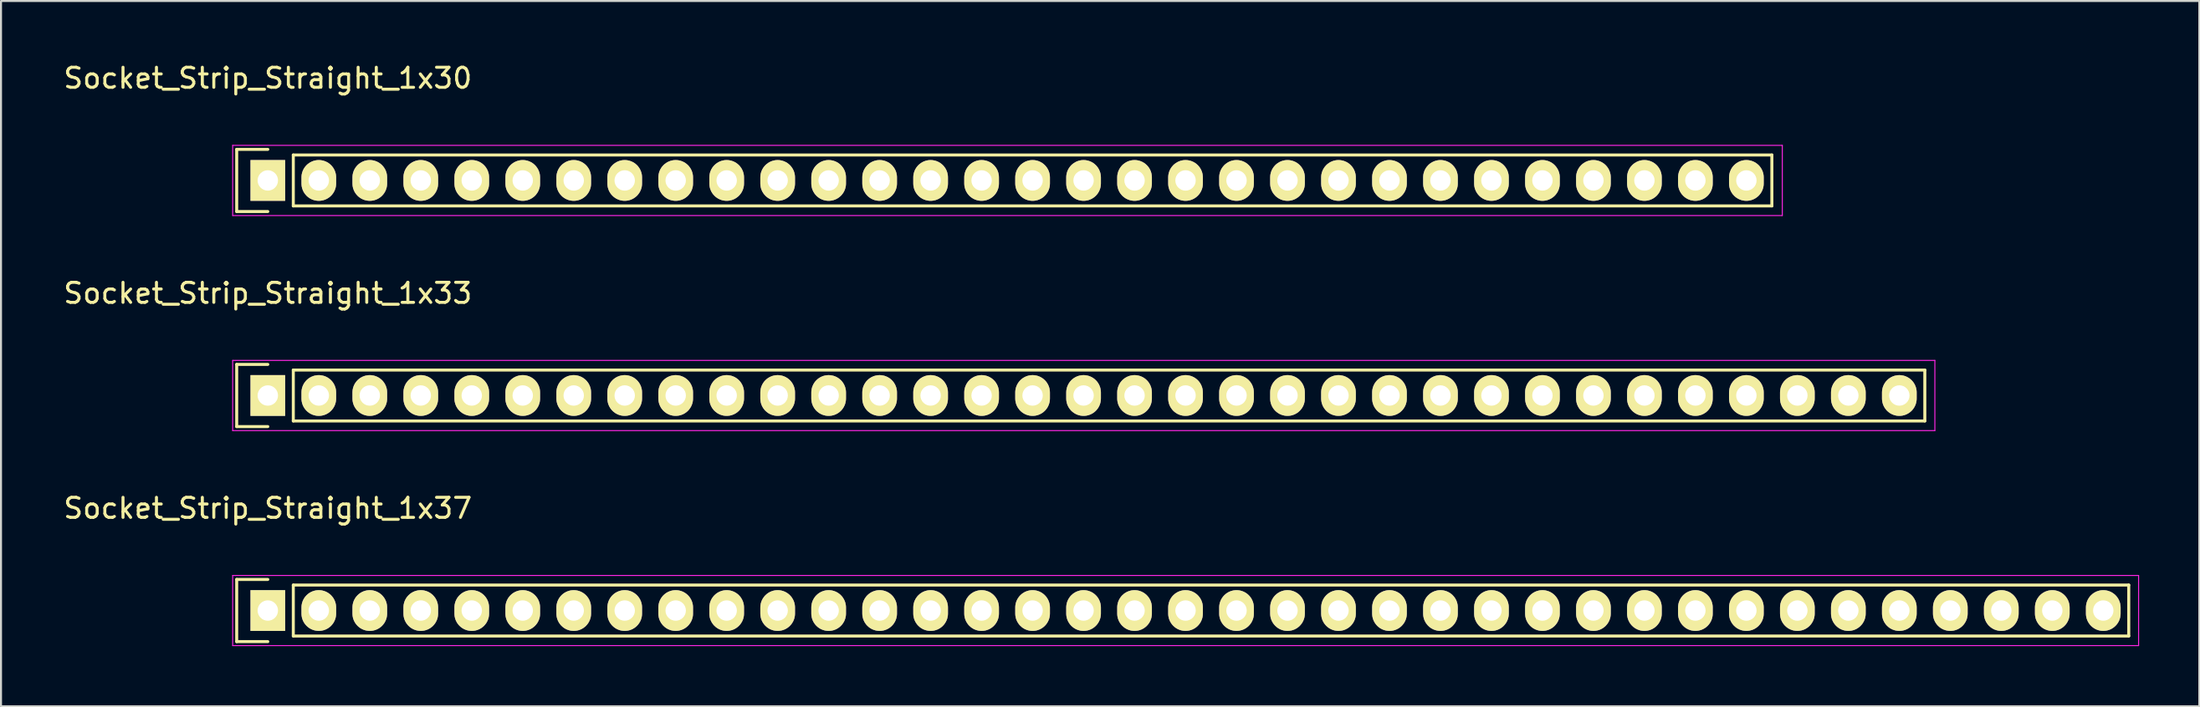
<source format=kicad_pcb>
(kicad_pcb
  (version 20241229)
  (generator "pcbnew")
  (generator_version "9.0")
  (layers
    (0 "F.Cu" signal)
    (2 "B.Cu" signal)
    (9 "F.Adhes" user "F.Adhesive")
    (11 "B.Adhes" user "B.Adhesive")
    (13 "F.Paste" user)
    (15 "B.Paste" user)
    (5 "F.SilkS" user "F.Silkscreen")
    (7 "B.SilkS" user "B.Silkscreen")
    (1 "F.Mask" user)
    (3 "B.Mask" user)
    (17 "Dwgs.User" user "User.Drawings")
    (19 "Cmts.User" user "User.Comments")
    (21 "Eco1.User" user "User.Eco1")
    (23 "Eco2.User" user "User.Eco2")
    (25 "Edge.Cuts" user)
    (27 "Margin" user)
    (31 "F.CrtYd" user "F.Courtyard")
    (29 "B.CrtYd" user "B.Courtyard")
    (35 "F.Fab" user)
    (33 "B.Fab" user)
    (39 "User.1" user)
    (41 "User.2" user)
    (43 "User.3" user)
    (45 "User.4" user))
  (footprint "Socket_Strip_Straight_1x37"
    (layer "F.Cu")
    (at 10.292 27.395)
    (property "Reference" "Socket_Strip_Straight_1x37" (at 0 -5.1 0) (layer "F.SilkS") (effects (font (size 1 1) (thickness 0.15))))
    (attr through_hole)
    (fp_line (start -1.55 -1.55) (end -1.55 1.55) (stroke (width 0.15) (type solid)) (layer "F.SilkS"))
    (fp_line (start -1.55 1.55) (end 0 1.55) (stroke (width 0.15) (type solid)) (layer "F.SilkS"))
    (fp_line (start 0 -1.55) (end -1.55 -1.55) (stroke (width 0.15) (type solid)) (layer "F.SilkS"))
    (fp_line (start 1.27 -1.27) (end 92.71 -1.27) (stroke (width 0.15) (type solid)) (layer "F.SilkS"))
    (fp_line (start 1.27 1.27) (end 1.27 -1.27) (stroke (width 0.15) (type solid)) (layer "F.SilkS"))
    (fp_line (start 92.71 -1.27) (end 92.71 1.27) (stroke (width 0.15) (type solid)) (layer "F.SilkS"))
    (fp_line (start 92.71 1.27) (end 1.27 1.27) (stroke (width 0.15) (type solid)) (layer "F.SilkS"))
    (fp_line (start -1.75 -1.75) (end -1.75 1.75) (stroke (width 0.05) (type solid)) (layer "F.CrtYd"))
    (fp_line (start -1.75 -1.75) (end 93.2 -1.75) (stroke (width 0.05) (type solid)) (layer "F.CrtYd"))
    (fp_line (start -1.75 1.75) (end 93.2 1.75) (stroke (width 0.05) (type solid)) (layer "F.CrtYd"))
    (fp_line (start 93.2 -1.75) (end 93.2 1.75) (stroke (width 0.05) (type solid)) (layer "F.CrtYd"))
    (pad "1" thru_hole rect (at 0 0) (size 1.727 2.032) (drill 1.016) (layers "*.Cu" "*.Mask" "F.SilkS"))
    (pad "2" thru_hole oval (at 2.54 0) (size 1.727 2.032) (drill 1.016) (layers "*.Cu" "*.Mask" "F.SilkS"))
    (pad "3" thru_hole oval (at 5.08 0) (size 1.727 2.032) (drill 1.016) (layers "*.Cu" "*.Mask" "F.SilkS"))
    (pad "4" thru_hole oval (at 7.62 0) (size 1.727 2.032) (drill 1.016) (layers "*.Cu" "*.Mask" "F.SilkS"))
    (pad "5" thru_hole oval (at 10.16 0) (size 1.727 2.032) (drill 1.016) (layers "*.Cu" "*.Mask" "F.SilkS"))
    (pad "6" thru_hole oval (at 12.7 0) (size 1.727 2.032) (drill 1.016) (layers "*.Cu" "*.Mask" "F.SilkS"))
    (pad "7" thru_hole oval (at 15.24 0) (size 1.727 2.032) (drill 1.016) (layers "*.Cu" "*.Mask" "F.SilkS"))
    (pad "8" thru_hole oval (at 17.78 0) (size 1.727 2.032) (drill 1.016) (layers "*.Cu" "*.Mask" "F.SilkS"))
    (pad "9" thru_hole oval (at 20.32 0) (size 1.727 2.032) (drill 1.016) (layers "*.Cu" "*.Mask" "F.SilkS"))
    (pad "10" thru_hole oval (at 22.86 0) (size 1.727 2.032) (drill 1.016) (layers "*.Cu" "*.Mask" "F.SilkS"))
    (pad "11" thru_hole oval (at 25.4 0) (size 1.727 2.032) (drill 1.016) (layers "*.Cu" "*.Mask" "F.SilkS"))
    (pad "12" thru_hole oval (at 27.94 0) (size 1.727 2.032) (drill 1.016) (layers "*.Cu" "*.Mask" "F.SilkS"))
    (pad "13" thru_hole oval (at 30.48 0) (size 1.727 2.032) (drill 1.016) (layers "*.Cu" "*.Mask" "F.SilkS"))
    (pad "14" thru_hole oval (at 33.02 0) (size 1.727 2.032) (drill 1.016) (layers "*.Cu" "*.Mask" "F.SilkS"))
    (pad "15" thru_hole oval (at 35.56 0) (size 1.727 2.032) (drill 1.016) (layers "*.Cu" "*.Mask" "F.SilkS"))
    (pad "16" thru_hole oval (at 38.1 0) (size 1.727 2.032) (drill 1.016) (layers "*.Cu" "*.Mask" "F.SilkS"))
    (pad "17" thru_hole oval (at 40.64 0) (size 1.727 2.032) (drill 1.016) (layers "*.Cu" "*.Mask" "F.SilkS"))
    (pad "18" thru_hole oval (at 43.18 0) (size 1.727 2.032) (drill 1.016) (layers "*.Cu" "*.Mask" "F.SilkS"))
    (pad "19" thru_hole oval (at 45.72 0) (size 1.727 2.032) (drill 1.016) (layers "*.Cu" "*.Mask" "F.SilkS"))
    (pad "20" thru_hole oval (at 48.26 0) (size 1.727 2.032) (drill 1.016) (layers "*.Cu" "*.Mask" "F.SilkS"))
    (pad "21" thru_hole oval (at 50.8 0) (size 1.727 2.032) (drill 1.016) (layers "*.Cu" "*.Mask" "F.SilkS"))
    (pad "22" thru_hole oval (at 53.34 0) (size 1.727 2.032) (drill 1.016) (layers "*.Cu" "*.Mask" "F.SilkS"))
    (pad "23" thru_hole oval (at 55.88 0) (size 1.727 2.032) (drill 1.016) (layers "*.Cu" "*.Mask" "F.SilkS"))
    (pad "24" thru_hole oval (at 58.42 0) (size 1.727 2.032) (drill 1.016) (layers "*.Cu" "*.Mask" "F.SilkS"))
    (pad "25" thru_hole oval (at 60.96 0) (size 1.727 2.032) (drill 1.016) (layers "*.Cu" "*.Mask" "F.SilkS"))
    (pad "26" thru_hole oval (at 63.5 0) (size 1.727 2.032) (drill 1.016) (layers "*.Cu" "*.Mask" "F.SilkS"))
    (pad "27" thru_hole oval (at 66.04 0) (size 1.727 2.032) (drill 1.016) (layers "*.Cu" "*.Mask" "F.SilkS"))
    (pad "28" thru_hole oval (at 68.58 0) (size 1.727 2.032) (drill 1.016) (layers "*.Cu" "*.Mask" "F.SilkS"))
    (pad "29" thru_hole oval (at 71.12 0) (size 1.727 2.032) (drill 1.016) (layers "*.Cu" "*.Mask" "F.SilkS"))
    (pad "30" thru_hole oval (at 73.66 0) (size 1.727 2.032) (drill 1.016) (layers "*.Cu" "*.Mask" "F.SilkS"))
    (pad "31" thru_hole oval (at 76.2 0) (size 1.727 2.032) (drill 1.016) (layers "*.Cu" "*.Mask" "F.SilkS"))
    (pad "32" thru_hole oval (at 78.74 0) (size 1.727 2.032) (drill 1.016) (layers "*.Cu" "*.Mask" "F.SilkS"))
    (pad "33" thru_hole oval (at 81.28 0) (size 1.727 2.032) (drill 1.016) (layers "*.Cu" "*.Mask" "F.SilkS"))
    (pad "34" thru_hole oval (at 83.82 0) (size 1.727 2.032) (drill 1.016) (layers "*.Cu" "*.Mask" "F.SilkS"))
    (pad "35" thru_hole oval (at 86.36 0) (size 1.727 2.032) (drill 1.016) (layers "*.Cu" "*.Mask" "F.SilkS"))
    (pad "36" thru_hole oval (at 88.9 0) (size 1.727 2.032) (drill 1.016) (layers "*.Cu" "*.Mask" "F.SilkS"))
    (pad "37" thru_hole oval (at 91.44 0) (size 1.727 2.032) (drill 1.016) (layers "*.Cu" "*.Mask" "F.SilkS")))
  (footprint "Socket_Strip_Straight_1x33"
    (layer "F.Cu")
    (at 10.292 16.672)
    (property "Reference" "Socket_Strip_Straight_1x33" (at 0 -5.1 0) (layer "F.SilkS") (effects (font (size 1 1) (thickness 0.15))))
    (attr through_hole)
    (fp_line (start -1.55 -1.55) (end -1.55 1.55) (stroke (width 0.15) (type solid)) (layer "F.SilkS"))
    (fp_line (start -1.55 1.55) (end 0 1.55) (stroke (width 0.15) (type solid)) (layer "F.SilkS"))
    (fp_line (start 0 -1.55) (end -1.55 -1.55) (stroke (width 0.15) (type solid)) (layer "F.SilkS"))
    (fp_line (start 1.27 -1.27) (end 82.55 -1.27) (stroke (width 0.15) (type solid)) (layer "F.SilkS"))
    (fp_line (start 1.27 1.27) (end 1.27 -1.27) (stroke (width 0.15) (type solid)) (layer "F.SilkS"))
    (fp_line (start 82.55 -1.27) (end 82.55 1.27) (stroke (width 0.15) (type solid)) (layer "F.SilkS"))
    (fp_line (start 82.55 1.27) (end 1.27 1.27) (stroke (width 0.15) (type solid)) (layer "F.SilkS"))
    (fp_line (start -1.75 -1.75) (end -1.75 1.75) (stroke (width 0.05) (type solid)) (layer "F.CrtYd"))
    (fp_line (start -1.75 -1.75) (end 83.05 -1.75) (stroke (width 0.05) (type solid)) (layer "F.CrtYd"))
    (fp_line (start -1.75 1.75) (end 83.05 1.75) (stroke (width 0.05) (type solid)) (layer "F.CrtYd"))
    (fp_line (start 83.05 -1.75) (end 83.05 1.75) (stroke (width 0.05) (type solid)) (layer "F.CrtYd"))
    (pad "1" thru_hole rect (at 0 0) (size 1.727 2.032) (drill 1.016) (layers "*.Cu" "*.Mask" "F.SilkS"))
    (pad "2" thru_hole oval (at 2.54 0) (size 1.727 2.032) (drill 1.016) (layers "*.Cu" "*.Mask" "F.SilkS"))
    (pad "3" thru_hole oval (at 5.08 0) (size 1.727 2.032) (drill 1.016) (layers "*.Cu" "*.Mask" "F.SilkS"))
    (pad "4" thru_hole oval (at 7.62 0) (size 1.727 2.032) (drill 1.016) (layers "*.Cu" "*.Mask" "F.SilkS"))
    (pad "5" thru_hole oval (at 10.16 0) (size 1.727 2.032) (drill 1.016) (layers "*.Cu" "*.Mask" "F.SilkS"))
    (pad "6" thru_hole oval (at 12.7 0) (size 1.727 2.032) (drill 1.016) (layers "*.Cu" "*.Mask" "F.SilkS"))
    (pad "7" thru_hole oval (at 15.24 0) (size 1.727 2.032) (drill 1.016) (layers "*.Cu" "*.Mask" "F.SilkS"))
    (pad "8" thru_hole oval (at 17.78 0) (size 1.727 2.032) (drill 1.016) (layers "*.Cu" "*.Mask" "F.SilkS"))
    (pad "9" thru_hole oval (at 20.32 0) (size 1.727 2.032) (drill 1.016) (layers "*.Cu" "*.Mask" "F.SilkS"))
    (pad "10" thru_hole oval (at 22.86 0) (size 1.727 2.032) (drill 1.016) (layers "*.Cu" "*.Mask" "F.SilkS"))
    (pad "11" thru_hole oval (at 25.4 0) (size 1.727 2.032) (drill 1.016) (layers "*.Cu" "*.Mask" "F.SilkS"))
    (pad "12" thru_hole oval (at 27.94 0) (size 1.727 2.032) (drill 1.016) (layers "*.Cu" "*.Mask" "F.SilkS"))
    (pad "13" thru_hole oval (at 30.48 0) (size 1.727 2.032) (drill 1.016) (layers "*.Cu" "*.Mask" "F.SilkS"))
    (pad "14" thru_hole oval (at 33.02 0) (size 1.727 2.032) (drill 1.016) (layers "*.Cu" "*.Mask" "F.SilkS"))
    (pad "15" thru_hole oval (at 35.56 0) (size 1.727 2.032) (drill 1.016) (layers "*.Cu" "*.Mask" "F.SilkS"))
    (pad "16" thru_hole oval (at 38.1 0) (size 1.727 2.032) (drill 1.016) (layers "*.Cu" "*.Mask" "F.SilkS"))
    (pad "17" thru_hole oval (at 40.64 0) (size 1.727 2.032) (drill 1.016) (layers "*.Cu" "*.Mask" "F.SilkS"))
    (pad "18" thru_hole oval (at 43.18 0) (size 1.727 2.032) (drill 1.016) (layers "*.Cu" "*.Mask" "F.SilkS"))
    (pad "19" thru_hole oval (at 45.72 0) (size 1.727 2.032) (drill 1.016) (layers "*.Cu" "*.Mask" "F.SilkS"))
    (pad "20" thru_hole oval (at 48.26 0) (size 1.727 2.032) (drill 1.016) (layers "*.Cu" "*.Mask" "F.SilkS"))
    (pad "21" thru_hole oval (at 50.8 0) (size 1.727 2.032) (drill 1.016) (layers "*.Cu" "*.Mask" "F.SilkS"))
    (pad "22" thru_hole oval (at 53.34 0) (size 1.727 2.032) (drill 1.016) (layers "*.Cu" "*.Mask" "F.SilkS"))
    (pad "23" thru_hole oval (at 55.88 0) (size 1.727 2.032) (drill 1.016) (layers "*.Cu" "*.Mask" "F.SilkS"))
    (pad "24" thru_hole oval (at 58.42 0) (size 1.727 2.032) (drill 1.016) (layers "*.Cu" "*.Mask" "F.SilkS"))
    (pad "25" thru_hole oval (at 60.96 0) (size 1.727 2.032) (drill 1.016) (layers "*.Cu" "*.Mask" "F.SilkS"))
    (pad "26" thru_hole oval (at 63.5 0) (size 1.727 2.032) (drill 1.016) (layers "*.Cu" "*.Mask" "F.SilkS"))
    (pad "27" thru_hole oval (at 66.04 0) (size 1.727 2.032) (drill 1.016) (layers "*.Cu" "*.Mask" "F.SilkS"))
    (pad "28" thru_hole oval (at 68.58 0) (size 1.727 2.032) (drill 1.016) (layers "*.Cu" "*.Mask" "F.SilkS"))
    (pad "29" thru_hole oval (at 71.12 0) (size 1.727 2.032) (drill 1.016) (layers "*.Cu" "*.Mask" "F.SilkS"))
    (pad "30" thru_hole oval (at 73.66 0) (size 1.727 2.032) (drill 1.016) (layers "*.Cu" "*.Mask" "F.SilkS"))
    (pad "31" thru_hole oval (at 76.2 0) (size 1.727 2.032) (drill 1.016) (layers "*.Cu" "*.Mask" "F.SilkS"))
    (pad "32" thru_hole oval (at 78.74 0) (size 1.727 2.032) (drill 1.016) (layers "*.Cu" "*.Mask" "F.SilkS"))
    (pad "33" thru_hole oval (at 81.28 0) (size 1.727 2.032) (drill 1.016) (layers "*.Cu" "*.Mask" "F.SilkS")))
  (footprint "Socket_Strip_Straight_1x30"
    (layer "F.Cu")
    (at 10.292 5.948)
    (property "Reference" "Socket_Strip_Straight_1x30" (at 0 -5.1 0) (layer "F.SilkS") (effects (font (size 1 1) (thickness 0.15))))
    (attr through_hole)
    (fp_line (start -1.55 -1.55) (end -1.55 1.55) (stroke (width 0.15) (type solid)) (layer "F.SilkS"))
    (fp_line (start -1.55 1.55) (end 0 1.55) (stroke (width 0.15) (type solid)) (layer "F.SilkS"))
    (fp_line (start 0 -1.55) (end -1.55 -1.55) (stroke (width 0.15) (type solid)) (layer "F.SilkS"))
    (fp_line (start 1.27 -1.27) (end 74.93 -1.27) (stroke (width 0.15) (type solid)) (layer "F.SilkS"))
    (fp_line (start 1.27 1.27) (end 1.27 -1.27) (stroke (width 0.15) (type solid)) (layer "F.SilkS"))
    (fp_line (start 74.93 -1.27) (end 74.93 1.27) (stroke (width 0.15) (type solid)) (layer "F.SilkS"))
    (fp_line (start 74.93 1.27) (end 1.27 1.27) (stroke (width 0.15) (type solid)) (layer "F.SilkS"))
    (fp_line (start -1.75 -1.75) (end -1.75 1.75) (stroke (width 0.05) (type solid)) (layer "F.CrtYd"))
    (fp_line (start -1.75 -1.75) (end 75.45 -1.75) (stroke (width 0.05) (type solid)) (layer "F.CrtYd"))
    (fp_line (start -1.75 1.75) (end 75.45 1.75) (stroke (width 0.05) (type solid)) (layer "F.CrtYd"))
    (fp_line (start 75.45 -1.75) (end 75.45 1.75) (stroke (width 0.05) (type solid)) (layer "F.CrtYd"))
    (pad "1" thru_hole rect (at 0 0) (size 1.727 2.032) (drill 1.016) (layers "*.Cu" "*.Mask" "F.SilkS"))
    (pad "2" thru_hole oval (at 2.54 0) (size 1.727 2.032) (drill 1.016) (layers "*.Cu" "*.Mask" "F.SilkS"))
    (pad "3" thru_hole oval (at 5.08 0) (size 1.727 2.032) (drill 1.016) (layers "*.Cu" "*.Mask" "F.SilkS"))
    (pad "4" thru_hole oval (at 7.62 0) (size 1.727 2.032) (drill 1.016) (layers "*.Cu" "*.Mask" "F.SilkS"))
    (pad "5" thru_hole oval (at 10.16 0) (size 1.727 2.032) (drill 1.016) (layers "*.Cu" "*.Mask" "F.SilkS"))
    (pad "6" thru_hole oval (at 12.7 0) (size 1.727 2.032) (drill 1.016) (layers "*.Cu" "*.Mask" "F.SilkS"))
    (pad "7" thru_hole oval (at 15.24 0) (size 1.727 2.032) (drill 1.016) (layers "*.Cu" "*.Mask" "F.SilkS"))
    (pad "8" thru_hole oval (at 17.78 0) (size 1.727 2.032) (drill 1.016) (layers "*.Cu" "*.Mask" "F.SilkS"))
    (pad "9" thru_hole oval (at 20.32 0) (size 1.727 2.032) (drill 1.016) (layers "*.Cu" "*.Mask" "F.SilkS"))
    (pad "10" thru_hole oval (at 22.86 0) (size 1.727 2.032) (drill 1.016) (layers "*.Cu" "*.Mask" "F.SilkS"))
    (pad "11" thru_hole oval (at 25.4 0) (size 1.727 2.032) (drill 1.016) (layers "*.Cu" "*.Mask" "F.SilkS"))
    (pad "12" thru_hole oval (at 27.94 0) (size 1.727 2.032) (drill 1.016) (layers "*.Cu" "*.Mask" "F.SilkS"))
    (pad "13" thru_hole oval (at 30.48 0) (size 1.727 2.032) (drill 1.016) (layers "*.Cu" "*.Mask" "F.SilkS"))
    (pad "14" thru_hole oval (at 33.02 0) (size 1.727 2.032) (drill 1.016) (layers "*.Cu" "*.Mask" "F.SilkS"))
    (pad "15" thru_hole oval (at 35.56 0) (size 1.727 2.032) (drill 1.016) (layers "*.Cu" "*.Mask" "F.SilkS"))
    (pad "16" thru_hole oval (at 38.1 0) (size 1.727 2.032) (drill 1.016) (layers "*.Cu" "*.Mask" "F.SilkS"))
    (pad "17" thru_hole oval (at 40.64 0) (size 1.727 2.032) (drill 1.016) (layers "*.Cu" "*.Mask" "F.SilkS"))
    (pad "18" thru_hole oval (at 43.18 0) (size 1.727 2.032) (drill 1.016) (layers "*.Cu" "*.Mask" "F.SilkS"))
    (pad "19" thru_hole oval (at 45.72 0) (size 1.727 2.032) (drill 1.016) (layers "*.Cu" "*.Mask" "F.SilkS"))
    (pad "20" thru_hole oval (at 48.26 0) (size 1.727 2.032) (drill 1.016) (layers "*.Cu" "*.Mask" "F.SilkS"))
    (pad "21" thru_hole oval (at 50.8 0) (size 1.727 2.032) (drill 1.016) (layers "*.Cu" "*.Mask" "F.SilkS"))
    (pad "22" thru_hole oval (at 53.34 0) (size 1.727 2.032) (drill 1.016) (layers "*.Cu" "*.Mask" "F.SilkS"))
    (pad "23" thru_hole oval (at 55.88 0) (size 1.727 2.032) (drill 1.016) (layers "*.Cu" "*.Mask" "F.SilkS"))
    (pad "24" thru_hole oval (at 58.42 0) (size 1.727 2.032) (drill 1.016) (layers "*.Cu" "*.Mask" "F.SilkS"))
    (pad "25" thru_hole oval (at 60.96 0) (size 1.727 2.032) (drill 1.016) (layers "*.Cu" "*.Mask" "F.SilkS"))
    (pad "26" thru_hole oval (at 63.5 0) (size 1.727 2.032) (drill 1.016) (layers "*.Cu" "*.Mask" "F.SilkS"))
    (pad "27" thru_hole oval (at 66.04 0) (size 1.727 2.032) (drill 1.016) (layers "*.Cu" "*.Mask" "F.SilkS"))
    (pad "28" thru_hole oval (at 68.58 0) (size 1.727 2.032) (drill 1.016) (layers "*.Cu" "*.Mask" "F.SilkS"))
    (pad "29" thru_hole oval (at 71.12 0) (size 1.727 2.032) (drill 1.016) (layers "*.Cu" "*.Mask" "F.SilkS"))
    (pad "30" thru_hole oval (at 73.66 0) (size 1.727 2.032) (drill 1.016) (layers "*.Cu" "*.Mask" "F.SilkS")))
  (gr_rect
    (start -3 -3)
    (end 106.517 32.17)
    (stroke (width 0.1) (type default))
    (fill no)
    (layer "Edge.Cuts")))
</source>
